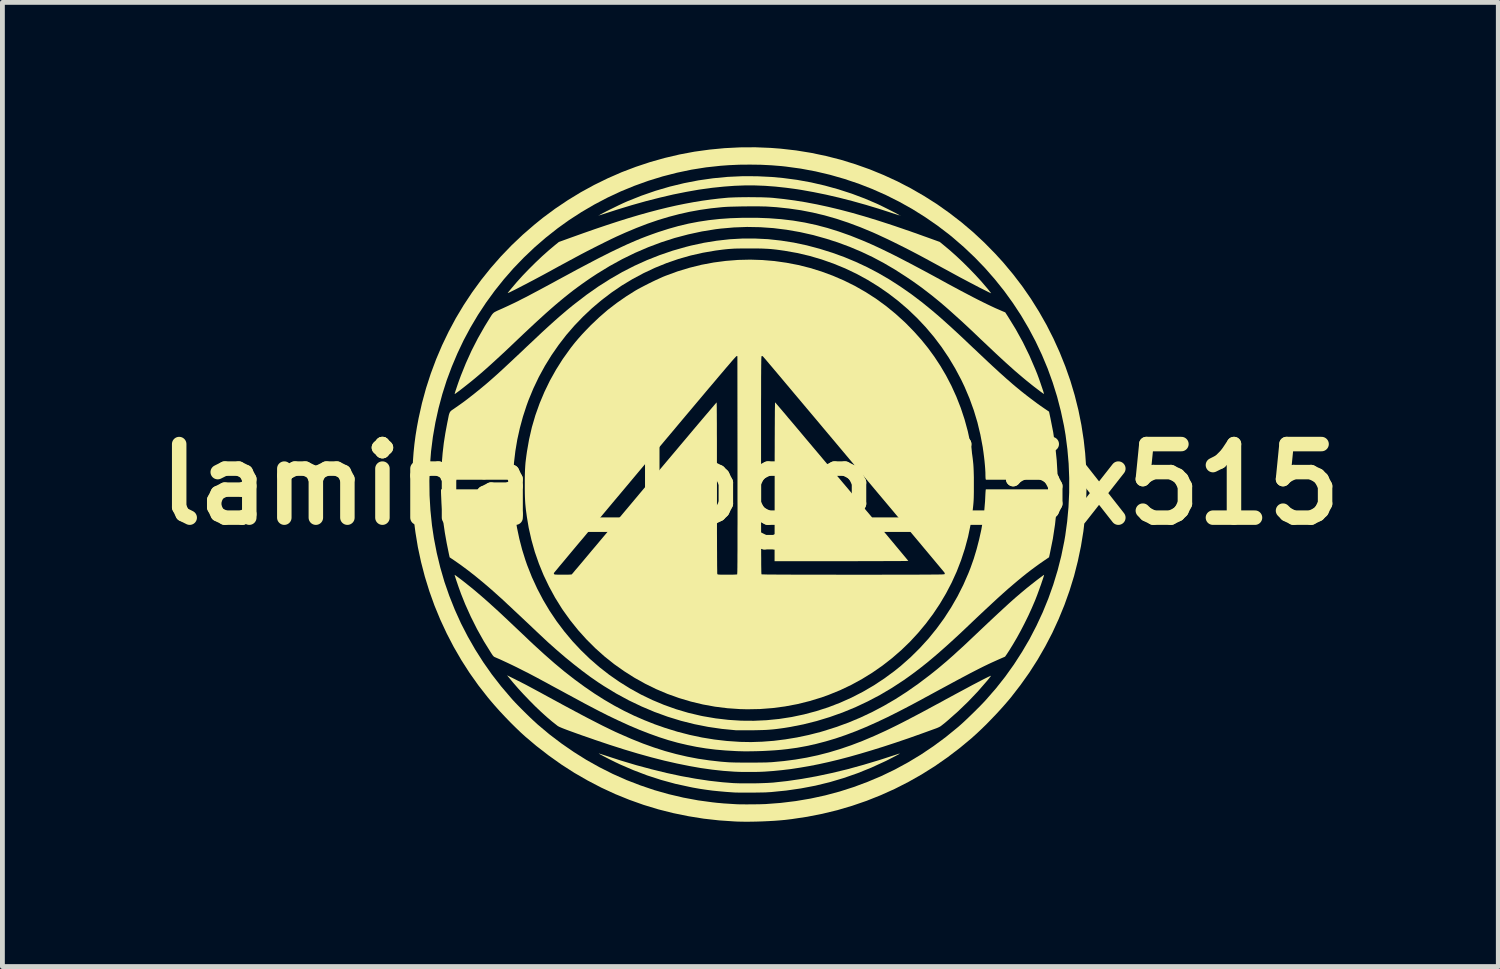
<source format=kicad_pcb>
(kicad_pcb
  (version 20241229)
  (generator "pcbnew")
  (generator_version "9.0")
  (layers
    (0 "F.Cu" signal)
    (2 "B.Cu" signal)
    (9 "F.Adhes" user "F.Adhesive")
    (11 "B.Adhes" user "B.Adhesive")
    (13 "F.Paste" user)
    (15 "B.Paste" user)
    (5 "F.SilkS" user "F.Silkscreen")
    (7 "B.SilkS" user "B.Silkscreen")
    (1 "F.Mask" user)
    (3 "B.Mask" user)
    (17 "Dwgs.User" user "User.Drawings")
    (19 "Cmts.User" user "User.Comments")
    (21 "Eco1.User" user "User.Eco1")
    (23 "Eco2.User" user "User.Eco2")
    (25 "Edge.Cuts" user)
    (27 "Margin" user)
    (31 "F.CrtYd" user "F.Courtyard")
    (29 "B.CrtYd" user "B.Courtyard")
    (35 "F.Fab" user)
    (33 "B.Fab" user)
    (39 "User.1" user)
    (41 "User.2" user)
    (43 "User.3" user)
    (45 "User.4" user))
  (footprint "laminar_logo_15x515"
    (layer "F.Cu")
    (at 12.49 6.981)
    (property "Reference" "laminar_logo_15x515" (at 0 0 0) (layer "F.SilkS") (effects (font (size 1.524 1.524) (thickness 0.3))))
    (attr board_only exclude_from_pos_files exclude_from_bom)
    (fp_poly (pts (xy -3.145 -5.564) (xy -3.148 -5.56) (xy -3.152 -5.564) (xy -3.148 -5.568)) (stroke (width 0) (type solid)) (fill yes) (layer "F.SilkS"))
    (fp_poly (pts (xy 3.108 -5.564) (xy 3.104 -5.56) (xy 3.1 -5.564) (xy 3.104 -5.568)) (stroke (width 0) (type solid)) (fill yes) (layer "F.SilkS"))
    (fp_poly (pts (xy 0.518 -1.692) (xy 0.532 -1.676) (xy 0.555 -1.649) (xy 0.586 -1.613) (xy 0.624 -1.568) (xy 0.67 -1.514) (xy 0.723 -1.452) (xy 0.781 -1.382) (xy 0.846 -1.306) (xy 0.916 -1.223) (xy 0.991 -1.134) (xy 1.07 -1.04) (xy 1.153 -0.941) (xy 1.24 -0.838) (xy 1.33 -0.731) (xy 1.423 -0.621) (xy 1.517 -0.509) (xy 1.614 -0.394) (xy 1.712 -0.277) (xy 1.81 -0.16) (xy 1.909 -0.042) (xy 2.008 0.075) (xy 2.107 0.193) (xy 2.204 0.309) (xy 2.3 0.423) (xy 2.394 0.535) (xy 2.486 0.644) (xy 2.575 0.75) (xy 2.66 0.853) (xy 2.742 0.95) (xy 2.82 1.043) (xy 2.893 1.131) (xy 2.961 1.212) (xy 3.023 1.287) (xy 3.08 1.355) (xy 3.13 1.415) (xy 3.173 1.467) (xy 3.209 1.51) (xy 3.237 1.544) (xy 3.257 1.568) (xy 3.268 1.582) (xy 3.27 1.585) (xy 3.263 1.585) (xy 3.241 1.586) (xy 3.207 1.587) (xy 3.16 1.587) (xy 3.101 1.588) (xy 3.031 1.588) (xy 2.95 1.589) (xy 2.86 1.589) (xy 2.761 1.589) (xy 2.653 1.59) (xy 2.538 1.59) (xy 2.416 1.59) (xy 2.289 1.59) (xy 2.155 1.591) (xy 2.017 1.591) (xy 1.885 1.591) (xy 0.501 1.591) (xy 0.503 -0.053) (xy 0.503 -0.253) (xy 0.503 -0.438) (xy 0.503 -0.609) (xy 0.504 -0.766) (xy 0.504 -0.91) (xy 0.505 -1.04) (xy 0.505 -1.158) (xy 0.506 -1.263) (xy 0.506 -1.356) (xy 0.507 -1.437) (xy 0.507 -1.507) (xy 0.508 -1.565) (xy 0.509 -1.612) (xy 0.51 -1.649) (xy 0.51 -1.675) (xy 0.511 -1.691) (xy 0.512 -1.697) (xy 0.513 -1.698)) (stroke (width 0) (type solid)) (fill yes) (layer "F.SilkS"))
    (fp_poly (pts (xy 0.139 -6.381) (xy 0.445 -6.366) (xy 0.681 -6.344) (xy 0.968 -6.306) (xy 1.255 -6.254) (xy 1.541 -6.188) (xy 1.823 -6.11) (xy 2.101 -6.02) (xy 2.372 -5.918) (xy 2.606 -5.818) (xy 2.648 -5.799) (xy 2.695 -5.777) (xy 2.745 -5.752) (xy 2.797 -5.726) (xy 2.85 -5.7) (xy 2.901 -5.674) (xy 2.95 -5.649) (xy 2.993 -5.627) (xy 3.031 -5.607) (xy 3.061 -5.59) (xy 3.081 -5.578) (xy 3.091 -5.571) (xy 3.091 -5.57) (xy 3.084 -5.572) (xy 3.064 -5.577) (xy 3.036 -5.586) (xy 3 -5.598) (xy 2.958 -5.611) (xy 2.956 -5.612) (xy 2.672 -5.704) (xy 2.391 -5.789) (xy 2.112 -5.867) (xy 1.839 -5.937) (xy 1.572 -5.999) (xy 1.312 -6.052) (xy 1.062 -6.097) (xy 0.968 -6.112) (xy 0.738 -6.143) (xy 0.516 -6.167) (xy 0.301 -6.183) (xy 0.091 -6.191) (xy -0.119 -6.191) (xy -0.33 -6.183) (xy -0.546 -6.167) (xy -0.77 -6.144) (xy -0.821 -6.138) (xy -1.07 -6.103) (xy -1.33 -6.057) (xy -1.599 -6.003) (xy -1.877 -5.938) (xy -2.163 -5.865) (xy -2.458 -5.782) (xy -2.759 -5.69) (xy -2.938 -5.632) (xy -2.988 -5.616) (xy -3.033 -5.601) (xy -3.072 -5.589) (xy -3.102 -5.579) (xy -3.122 -5.572) (xy -3.13 -5.57) (xy -3.131 -5.571) (xy -3.122 -5.579) (xy -3.111 -5.586) (xy -3.092 -5.597) (xy -3.06 -5.614) (xy -3.02 -5.635) (xy -2.972 -5.66) (xy -2.918 -5.687) (xy -2.86 -5.715) (xy -2.801 -5.744) (xy -2.742 -5.773) (xy -2.685 -5.8) (xy -2.632 -5.825) (xy -2.585 -5.846) (xy -2.546 -5.863) (xy -2.544 -5.864) (xy -2.255 -5.979) (xy -1.964 -6.08) (xy -1.67 -6.166) (xy -1.373 -6.238) (xy -1.074 -6.296) (xy -0.773 -6.339) (xy -0.47 -6.368) (xy -0.166 -6.382)) (stroke (width 0) (type solid)) (fill yes) (layer "F.SilkS"))
    (fp_poly (pts (xy 3.096 5.574) (xy 3.086 5.581) (xy 3.064 5.594) (xy 3.033 5.611) (xy 2.995 5.631) (xy 2.951 5.654) (xy 2.904 5.678) (xy 2.856 5.703) (xy 2.808 5.727) (xy 2.78 5.74) (xy 2.501 5.868) (xy 2.218 5.982) (xy 1.931 6.082) (xy 1.64 6.168) (xy 1.345 6.24) (xy 1.045 6.297) (xy 0.741 6.341) (xy 0.431 6.372) (xy 0.346 6.377) (xy 0.314 6.379) (xy 0.269 6.38) (xy 0.215 6.381) (xy 0.154 6.382) (xy 0.087 6.383) (xy 0.018 6.383) (xy -0.052 6.384) (xy -0.12 6.384) (xy -0.184 6.383) (xy -0.241 6.383) (xy -0.289 6.382) (xy -0.327 6.381) (xy -0.342 6.38) (xy -0.5 6.369) (xy -0.646 6.356) (xy -0.785 6.342) (xy -0.919 6.324) (xy -1.053 6.304) (xy -1.189 6.28) (xy -1.257 6.266) (xy -1.555 6.201) (xy -1.848 6.121) (xy -2.138 6.027) (xy -2.424 5.918) (xy -2.707 5.796) (xy -2.752 5.774) (xy -2.791 5.756) (xy -2.835 5.734) (xy -2.882 5.711) (xy -2.93 5.687) (xy -2.978 5.662) (xy -3.023 5.639) (xy -3.064 5.617) (xy -3.098 5.599) (xy -3.123 5.585) (xy -3.138 5.576) (xy -3.141 5.574) (xy -3.136 5.574) (xy -3.12 5.578) (xy -3.094 5.586) (xy -3.061 5.597) (xy -3.026 5.608) (xy -2.691 5.717) (xy -2.364 5.815) (xy -2.044 5.901) (xy -1.734 5.977) (xy -1.431 6.042) (xy -1.138 6.095) (xy -0.854 6.138) (xy -0.578 6.169) (xy -0.348 6.187) (xy -0.291 6.189) (xy -0.223 6.191) (xy -0.145 6.192) (xy -0.062 6.192) (xy 0.025 6.192) (xy 0.114 6.191) (xy 0.2 6.189) (xy 0.282 6.186) (xy 0.357 6.183) (xy 0.422 6.179) (xy 0.47 6.176) (xy 0.762 6.144) (xy 1.063 6.1) (xy 1.37 6.045) (xy 1.685 5.978) (xy 2.008 5.9) (xy 2.339 5.809) (xy 2.679 5.707) (xy 2.971 5.612) (xy 3.012 5.599) (xy 3.047 5.587) (xy 3.074 5.579) (xy 3.091 5.575) (xy 3.096 5.574)) (stroke (width 0) (type solid)) (fill yes) (layer "F.SilkS"))
    (fp_poly (pts (xy -4.874 4.036) (xy -4.833 4.057) (xy -4.793 4.077) (xy -4.755 4.096) (xy -4.717 4.116) (xy -4.677 4.136) (xy -4.635 4.158) (xy -4.59 4.182) (xy -4.54 4.209) (xy -4.484 4.239) (xy -4.421 4.273) (xy -4.35 4.311) (xy -4.27 4.355) (xy -4.18 4.404) (xy -4.077 4.46) (xy -4.058 4.47) (xy -3.897 4.558) (xy -3.748 4.638) (xy -3.61 4.712) (xy -3.482 4.78) (xy -3.364 4.842) (xy -3.253 4.899) (xy -3.15 4.952) (xy -3.054 5.001) (xy -2.963 5.045) (xy -2.877 5.087) (xy -2.795 5.126) (xy -2.715 5.162) (xy -2.706 5.166) (xy -2.463 5.272) (xy -2.226 5.367) (xy -1.994 5.45) (xy -1.766 5.523) (xy -1.539 5.585) (xy -1.311 5.638) (xy -1.082 5.682) (xy -0.85 5.716) (xy -0.612 5.743) (xy -0.486 5.753) (xy -0.441 5.756) (xy -0.384 5.758) (xy -0.317 5.76) (xy -0.241 5.761) (xy -0.16 5.762) (xy -0.075 5.762) (xy 0.011 5.762) (xy 0.096 5.762) (xy 0.179 5.761) (xy 0.256 5.76) (xy 0.326 5.759) (xy 0.386 5.756) (xy 0.435 5.754) (xy 0.449 5.753) (xy 0.694 5.73) (xy 0.932 5.699) (xy 1.166 5.659) (xy 1.396 5.61) (xy 1.626 5.551) (xy 1.855 5.482) (xy 2.087 5.403) (xy 2.322 5.313) (xy 2.563 5.211) (xy 2.731 5.135) (xy 2.809 5.099) (xy 2.888 5.061) (xy 2.97 5.021) (xy 3.055 4.979) (xy 3.144 4.934) (xy 3.239 4.885) (xy 3.34 4.832) (xy 3.449 4.775) (xy 3.566 4.713) (xy 3.692 4.645) (xy 3.829 4.571) (xy 3.978 4.491) (xy 4.026 4.464) (xy 4.159 4.392) (xy 4.283 4.325) (xy 4.399 4.263) (xy 4.505 4.206) (xy 4.601 4.154) (xy 4.688 4.109) (xy 4.764 4.069) (xy 4.83 4.035) (xy 4.884 4.008) (xy 4.927 3.987) (xy 4.958 3.973) (xy 4.977 3.965) (xy 4.983 3.964) (xy 4.979 3.971) (xy 4.968 3.986) (xy 4.95 4.009) (xy 4.927 4.038) (xy 4.904 4.066) (xy 4.711 4.288) (xy 4.508 4.501) (xy 4.297 4.704) (xy 4.081 4.895) (xy 4.023 4.944) (xy 3.986 4.973) (xy 3.958 4.995) (xy 3.935 5.012) (xy 3.913 5.024) (xy 3.89 5.035) (xy 3.862 5.047) (xy 3.835 5.057) (xy 3.548 5.161) (xy 3.272 5.259) (xy 3.007 5.349) (xy 2.754 5.432) (xy 2.51 5.508) (xy 2.275 5.578) (xy 2.049 5.642) (xy 1.832 5.699) (xy 1.621 5.75) (xy 1.417 5.795) (xy 1.219 5.834) (xy 1.026 5.867) (xy 0.838 5.896) (xy 0.653 5.918) (xy 0.472 5.936) (xy 0.293 5.949) (xy 0.272 5.95) (xy 0.204 5.953) (xy 0.124 5.955) (xy 0.038 5.956) (xy -0.052 5.956) (xy -0.142 5.956) (xy -0.227 5.954) (xy -0.303 5.951) (xy -0.342 5.949) (xy -0.562 5.933) (xy -0.79 5.908) (xy -1.025 5.875) (xy -1.268 5.832) (xy -1.52 5.781) (xy -1.78 5.722) (xy -2.05 5.653) (xy -2.33 5.575) (xy -2.62 5.488) (xy -2.92 5.392) (xy -3.232 5.287) (xy -3.253 5.279) (xy -3.374 5.237) (xy -3.482 5.2) (xy -3.577 5.166) (xy -3.66 5.136) (xy -3.732 5.11) (xy -3.794 5.087) (xy -3.847 5.067) (xy -3.89 5.05) (xy -3.926 5.035) (xy -3.954 5.023) (xy -3.975 5.012) (xy -3.991 5.003) (xy -3.997 4.998) (xy -4.105 4.913) (xy -4.218 4.817) (xy -4.335 4.711) (xy -4.454 4.598) (xy -4.573 4.478) (xy -4.691 4.355) (xy -4.807 4.229) (xy -4.917 4.102) (xy -4.992 4.011) (xy -5.039 3.954)) (stroke (width 0) (type solid)) (fill yes) (layer "F.SilkS"))
    (fp_poly (pts (xy -4.91 0.23) (xy -4.896 0.449) (xy -4.87 0.674) (xy -4.833 0.9) (xy -4.785 1.127) (xy -4.727 1.351) (xy -4.659 1.569) (xy -4.623 1.672) (xy -4.525 1.92) (xy -4.414 2.161) (xy -4.291 2.395) (xy -4.157 2.62) (xy -4.011 2.837) (xy -3.854 3.045) (xy -3.687 3.245) (xy -3.51 3.434) (xy -3.324 3.614) (xy -3.128 3.784) (xy -2.924 3.943) (xy -2.711 4.091) (xy -2.491 4.228) (xy -2.263 4.354) (xy -2.028 4.467) (xy -1.786 4.568) (xy -1.539 4.656) (xy -1.286 4.731) (xy -1.027 4.792) (xy -0.983 4.801) (xy -0.719 4.846) (xy -0.455 4.877) (xy -0.19 4.894) (xy 0.073 4.896) (xy 0.336 4.884) (xy 0.597 4.858) (xy 0.855 4.818) (xy 1.111 4.764) (xy 1.363 4.697) (xy 1.612 4.617) (xy 1.856 4.523) (xy 2.095 4.416) (xy 2.329 4.296) (xy 2.557 4.163) (xy 2.778 4.017) (xy 2.992 3.859) (xy 3.116 3.759) (xy 3.317 3.581) (xy 3.507 3.393) (xy 3.687 3.196) (xy 3.855 2.989) (xy 4.012 2.774) (xy 4.157 2.55) (xy 4.29 2.319) (xy 4.41 2.081) (xy 4.517 1.836) (xy 4.559 1.729) (xy 4.626 1.54) (xy 4.685 1.344) (xy 4.737 1.143) (xy 4.782 0.941) (xy 4.817 0.739) (xy 4.844 0.541) (xy 4.86 0.35) (xy 4.864 0.265) (xy 4.866 0.224) (xy 4.868 0.186) (xy 4.87 0.154) (xy 4.872 0.133) (xy 4.872 0.127) (xy 4.876 0.103) (xy 6.365 0.103) (xy 6.36 0.234) (xy 6.341 0.532) (xy 6.309 0.831) (xy 6.264 1.127) (xy 6.205 1.419) (xy 6.197 1.456) (xy 6.185 1.51) (xy 6.08 1.581) (xy 5.992 1.642) (xy 5.905 1.705) (xy 5.817 1.77) (xy 5.727 1.839) (xy 5.636 1.912) (xy 5.541 1.99) (xy 5.443 2.073) (xy 5.34 2.161) (xy 5.232 2.257) (xy 5.118 2.36) (xy 4.997 2.472) (xy 4.868 2.592) (xy 4.73 2.721) (xy 4.61 2.835) (xy 4.464 2.974) (xy 4.328 3.102) (xy 4.199 3.221) (xy 4.078 3.331) (xy 3.962 3.434) (xy 3.853 3.529) (xy 3.747 3.619) (xy 3.645 3.703) (xy 3.546 3.782) (xy 3.448 3.857) (xy 3.351 3.93) (xy 3.254 4) (xy 3.17 4.059) (xy 2.93 4.216) (xy 2.683 4.362) (xy 2.43 4.495) (xy 2.171 4.617) (xy 1.908 4.725) (xy 1.64 4.82) (xy 1.37 4.902) (xy 1.099 4.97) (xy 0.826 5.024) (xy 0.703 5.044) (xy 0.618 5.056) (xy 0.541 5.066) (xy 0.469 5.074) (xy 0.398 5.08) (xy 0.326 5.085) (xy 0.251 5.088) (xy 0.168 5.09) (xy 0.074 5.092) (xy 0.026 5.092) (xy -0.04 5.093) (xy -0.102 5.093) (xy -0.159 5.093) (xy -0.21 5.093) (xy -0.251 5.093) (xy -0.282 5.092) (xy -0.3 5.092) (xy -0.302 5.092) (xy -0.591 5.064) (xy -0.877 5.022) (xy -1.16 4.966) (xy -1.439 4.896) (xy -1.715 4.811) (xy -1.987 4.712) (xy -2.254 4.599) (xy -2.518 4.473) (xy -2.778 4.332) (xy -3.033 4.177) (xy -3.148 4.102) (xy -3.313 3.988) (xy -3.483 3.862) (xy -3.657 3.726) (xy -3.835 3.581) (xy -4.013 3.428) (xy -4.192 3.269) (xy -4.352 3.119) (xy -4.43 3.046) (xy -4.509 2.971) (xy -4.588 2.896) (xy -4.667 2.822) (xy -4.745 2.748) (xy -4.82 2.678) (xy -4.892 2.611) (xy -4.958 2.548) (xy -5.02 2.491) (xy -5.074 2.44) (xy -5.121 2.396) (xy -5.159 2.361) (xy -5.182 2.341) (xy -5.356 2.185) (xy -5.525 2.04) (xy -5.689 1.905) (xy -5.846 1.782) (xy -5.998 1.669) (xy -6.13 1.577) (xy -6.228 1.511) (xy -6.241 1.453) (xy -6.288 1.223) (xy -6.327 1.003) (xy -6.358 0.79) (xy -6.381 0.582) (xy -6.385 0.534) (xy -6.388 0.492) (xy -6.391 0.443) (xy -6.395 0.389) (xy -6.398 0.333) (xy -6.401 0.278) (xy -6.404 0.228) (xy -6.406 0.185) (xy -6.407 0.152) (xy -6.407 0.138) (xy -6.407 0.103) (xy -4.914 0.103)) (stroke (width 0) (type solid)) (fill yes) (layer "F.SilkS"))
    (fp_poly (pts (xy 0.057 -5.947) (xy 0.148 -5.946) (xy 0.236 -5.945) (xy 0.317 -5.942) (xy 0.389 -5.939) (xy 0.449 -5.935) (xy 0.471 -5.933) (xy 0.695 -5.909) (xy 0.92 -5.879) (xy 1.147 -5.842) (xy 1.378 -5.798) (xy 1.614 -5.747) (xy 1.856 -5.689) (xy 2.106 -5.623) (xy 2.364 -5.549) (xy 2.632 -5.467) (xy 2.861 -5.393) (xy 2.924 -5.372) (xy 2.994 -5.349) (xy 3.069 -5.323) (xy 3.146 -5.297) (xy 3.223 -5.27) (xy 3.298 -5.245) (xy 3.367 -5.22) (xy 3.429 -5.199) (xy 3.481 -5.18) (xy 3.505 -5.171) (xy 3.523 -5.165) (xy 3.553 -5.154) (xy 3.591 -5.14) (xy 3.637 -5.124) (xy 3.687 -5.106) (xy 3.734 -5.089) (xy 3.922 -5.021) (xy 3.995 -4.961) (xy 4.127 -4.851) (xy 4.262 -4.731) (xy 4.398 -4.603) (xy 4.531 -4.471) (xy 4.66 -4.337) (xy 4.782 -4.204) (xy 4.893 -4.074) (xy 4.912 -4.052) (xy 4.937 -4.021) (xy 4.958 -3.994) (xy 4.975 -3.973) (xy 4.984 -3.961) (xy 4.986 -3.958) (xy 4.979 -3.96) (xy 4.961 -3.968) (xy 4.933 -3.981) (xy 4.895 -4) (xy 4.85 -4.023) (xy 4.798 -4.049) (xy 4.74 -4.078) (xy 4.679 -4.11) (xy 4.615 -4.144) (xy 4.549 -4.178) (xy 4.483 -4.213) (xy 4.419 -4.247) (xy 4.356 -4.28) (xy 4.301 -4.31) (xy 4.196 -4.367) (xy 4.096 -4.422) (xy 4.001 -4.473) (xy 3.913 -4.521) (xy 3.832 -4.565) (xy 3.758 -4.605) (xy 3.694 -4.64) (xy 3.639 -4.67) (xy 3.594 -4.694) (xy 3.561 -4.712) (xy 3.54 -4.723) (xy 3.539 -4.724) (xy 3.433 -4.78) (xy 3.32 -4.839) (xy 3.203 -4.899) (xy 3.083 -4.959) (xy 2.964 -5.018) (xy 2.847 -5.075) (xy 2.735 -5.127) (xy 2.632 -5.175) (xy 2.538 -5.217) (xy 2.534 -5.219) (xy 2.279 -5.325) (xy 2.028 -5.419) (xy 1.781 -5.501) (xy 1.536 -5.571) (xy 1.292 -5.629) (xy 1.046 -5.677) (xy 0.797 -5.713) (xy 0.544 -5.74) (xy 0.367 -5.752) (xy 0.312 -5.755) (xy 0.245 -5.756) (xy 0.169 -5.758) (xy 0.086 -5.758) (xy -0.002 -5.758) (xy -0.092 -5.757) (xy -0.182 -5.756) (xy -0.27 -5.754) (xy -0.354 -5.752) (xy -0.432 -5.75) (xy -0.5 -5.747) (xy -0.557 -5.743) (xy -0.585 -5.741) (xy -0.815 -5.717) (xy -1.039 -5.685) (xy -1.26 -5.645) (xy -1.478 -5.596) (xy -1.695 -5.539) (xy -1.913 -5.473) (xy -2.134 -5.397) (xy -2.36 -5.31) (xy -2.591 -5.213) (xy -2.776 -5.13) (xy -2.822 -5.108) (xy -2.879 -5.081) (xy -2.944 -5.049) (xy -3.016 -5.014) (xy -3.091 -4.976) (xy -3.168 -4.938) (xy -3.245 -4.899) (xy -3.319 -4.861) (xy -3.388 -4.826) (xy -3.449 -4.794) (xy -3.476 -4.78) (xy -3.514 -4.76) (xy -3.56 -4.735) (xy -3.613 -4.707) (xy -3.671 -4.675) (xy -3.732 -4.643) (xy -3.794 -4.609) (xy -3.855 -4.576) (xy -3.913 -4.545) (xy -3.967 -4.516) (xy -4.014 -4.49) (xy -4.052 -4.469) (xy -4.08 -4.454) (xy -4.087 -4.45) (xy -4.146 -4.417) (xy -4.211 -4.382) (xy -4.279 -4.345) (xy -4.35 -4.307) (xy -4.423 -4.268) (xy -4.496 -4.229) (xy -4.569 -4.191) (xy -4.64 -4.153) (xy -4.709 -4.118) (xy -4.774 -4.084) (xy -4.834 -4.053) (xy -4.887 -4.026) (xy -4.934 -4.003) (xy -4.972 -3.984) (xy -5.001 -3.971) (xy -5.02 -3.963) (xy -5.026 -3.961) (xy -5.026 -3.962) (xy -5.02 -3.971) (xy -5.006 -3.989) (xy -4.986 -4.013) (xy -4.962 -4.043) (xy -4.95 -4.057) (xy -4.838 -4.189) (xy -4.716 -4.324) (xy -4.585 -4.46) (xy -4.45 -4.594) (xy -4.313 -4.724) (xy -4.176 -4.846) (xy -4.043 -4.958) (xy -4.039 -4.961) (xy -3.966 -5.02) (xy -3.726 -5.107) (xy -3.463 -5.201) (xy -3.212 -5.289) (xy -2.972 -5.37) (xy -2.743 -5.445) (xy -2.523 -5.514) (xy -2.311 -5.577) (xy -2.108 -5.634) (xy -1.911 -5.686) (xy -1.72 -5.733) (xy -1.535 -5.775) (xy -1.353 -5.812) (xy -1.175 -5.845) (xy -0.999 -5.874) (xy -0.825 -5.898) (xy -0.652 -5.919) (xy -0.508 -5.933) (xy -0.452 -5.938) (xy -0.384 -5.941) (xy -0.306 -5.944) (xy -0.221 -5.946) (xy -0.13 -5.947) (xy -0.037 -5.948)) (stroke (width 0) (type solid)) (fill yes) (layer "F.SilkS"))
    (fp_poly (pts (xy 0.366 -5.078) (xy 0.632 -5.049) (xy 0.899 -5.007) (xy 1.168 -4.95) (xy 1.438 -4.878) (xy 1.705 -4.794) (xy 1.947 -4.706) (xy 2.185 -4.607) (xy 2.418 -4.498) (xy 2.647 -4.378) (xy 2.874 -4.246) (xy 3.1 -4.101) (xy 3.326 -3.944) (xy 3.552 -3.773) (xy 3.745 -3.616) (xy 3.808 -3.563) (xy 3.87 -3.51) (xy 3.935 -3.454) (xy 4.001 -3.395) (xy 4.071 -3.332) (xy 4.146 -3.265) (xy 4.226 -3.191) (xy 4.313 -3.111) (xy 4.407 -3.023) (xy 4.509 -2.926) (xy 4.621 -2.82) (xy 4.629 -2.813) (xy 4.739 -2.709) (xy 4.84 -2.614) (xy 4.932 -2.527) (xy 5.017 -2.448) (xy 5.096 -2.376) (xy 5.168 -2.309) (xy 5.237 -2.248) (xy 5.301 -2.19) (xy 5.364 -2.136) (xy 5.424 -2.083) (xy 5.484 -2.032) (xy 5.545 -1.982) (xy 5.604 -1.933) (xy 5.662 -1.887) (xy 5.726 -1.837) (xy 5.795 -1.784) (xy 5.866 -1.731) (xy 5.935 -1.679) (xy 6.001 -1.632) (xy 6.06 -1.591) (xy 6.092 -1.569) (xy 6.185 -1.506) (xy 6.214 -1.37) (xy 6.271 -1.08) (xy 6.314 -0.79) (xy 6.344 -0.498) (xy 6.36 -0.23) (xy 6.365 -0.096) (xy 4.877 -0.096) (xy 4.873 -0.112) (xy 4.87 -0.127) (xy 4.869 -0.152) (xy 4.868 -0.183) (xy 4.868 -0.192) (xy 4.867 -0.25) (xy 4.863 -0.32) (xy 4.857 -0.398) (xy 4.849 -0.482) (xy 4.839 -0.569) (xy 4.828 -0.656) (xy 4.816 -0.739) (xy 4.812 -0.77) (xy 4.763 -1.03) (xy 4.702 -1.284) (xy 4.627 -1.533) (xy 4.538 -1.779) (xy 4.435 -2.022) (xy 4.367 -2.165) (xy 4.242 -2.4) (xy 4.106 -2.627) (xy 3.959 -2.845) (xy 3.801 -3.054) (xy 3.632 -3.254) (xy 3.453 -3.444) (xy 3.265 -3.624) (xy 3.068 -3.793) (xy 2.862 -3.952) (xy 2.649 -4.099) (xy 2.428 -4.235) (xy 2.199 -4.36) (xy 1.964 -4.472) (xy 1.723 -4.571) (xy 1.476 -4.658) (xy 1.224 -4.732) (xy 0.968 -4.792) (xy 0.707 -4.838) (xy 0.685 -4.841) (xy 0.609 -4.852) (xy 0.541 -4.861) (xy 0.478 -4.868) (xy 0.418 -4.874) (xy 0.359 -4.878) (xy 0.297 -4.881) (xy 0.23 -4.884) (xy 0.156 -4.885) (xy 0.073 -4.886) (xy -0.018 -4.886) (xy -0.113 -4.886) (xy -0.196 -4.885) (xy -0.269 -4.884) (xy -0.335 -4.882) (xy -0.396 -4.878) (xy -0.455 -4.874) (xy -0.515 -4.868) (xy -0.578 -4.861) (xy -0.646 -4.852) (xy -0.722 -4.842) (xy -0.983 -4.797) (xy -1.239 -4.739) (xy -1.491 -4.667) (xy -1.737 -4.582) (xy -1.978 -4.484) (xy -2.212 -4.374) (xy -2.44 -4.252) (xy -2.661 -4.119) (xy -2.874 -3.974) (xy -3.079 -3.818) (xy -3.276 -3.652) (xy -3.464 -3.475) (xy -3.643 -3.289) (xy -3.812 -3.094) (xy -3.97 -2.889) (xy -4.118 -2.676) (xy -4.255 -2.454) (xy -4.381 -2.224) (xy -4.494 -1.987) (xy -4.595 -1.743) (xy -4.635 -1.633) (xy -4.71 -1.403) (xy -4.774 -1.167) (xy -4.827 -0.929) (xy -4.867 -0.69) (xy -4.895 -0.454) (xy -4.91 -0.223) (xy -4.914 -0.096) (xy -6.409 -0.096) (xy -6.404 -0.212) (xy -6.391 -0.436) (xy -6.373 -0.65) (xy -6.349 -0.857) (xy -6.317 -1.061) (xy -6.279 -1.265) (xy -6.278 -1.27) (xy -6.265 -1.333) (xy -6.255 -1.384) (xy -6.247 -1.424) (xy -6.239 -1.455) (xy -6.23 -1.479) (xy -6.221 -1.498) (xy -6.209 -1.513) (xy -6.195 -1.527) (xy -6.176 -1.541) (xy -6.152 -1.557) (xy -6.123 -1.577) (xy -6.119 -1.58) (xy -6.047 -1.63) (xy -5.982 -1.676) (xy -5.92 -1.721) (xy -5.859 -1.767) (xy -5.794 -1.818) (xy -5.722 -1.874) (xy -5.709 -1.885) (xy -5.652 -1.931) (xy -5.596 -1.976) (xy -5.542 -2.021) (xy -5.487 -2.066) (xy -5.432 -2.113) (xy -5.375 -2.163) (xy -5.316 -2.215) (xy -5.253 -2.271) (xy -5.186 -2.332) (xy -5.114 -2.398) (xy -5.036 -2.471) (xy -4.951 -2.55) (xy -4.858 -2.638) (xy -4.756 -2.733) (xy -4.645 -2.839) (xy -4.629 -2.854) (xy -4.517 -2.959) (xy -4.416 -3.054) (xy -4.323 -3.142) (xy -4.237 -3.221) (xy -4.157 -3.294) (xy -4.082 -3.362) (xy -4.012 -3.424) (xy -3.945 -3.483) (xy -3.879 -3.539) (xy -3.815 -3.594) (xy -3.751 -3.647) (xy -3.685 -3.701) (xy -3.638 -3.738) (xy -3.396 -3.924) (xy -3.151 -4.096) (xy -2.904 -4.253) (xy -2.654 -4.397) (xy -2.4 -4.527) (xy -2.141 -4.644) (xy -1.878 -4.748) (xy -1.609 -4.84) (xy -1.335 -4.918) (xy -1.23 -4.945) (xy -0.962 -5.003) (xy -0.696 -5.046) (xy -0.43 -5.076) (xy -0.165 -5.091) (xy 0.1 -5.091)) (stroke (width 0) (type solid)) (fill yes) (layer "F.SilkS"))
    (fp_poly (pts (xy 0.132 -5.521) (xy 0.389 -5.511) (xy 0.639 -5.492) (xy 0.883 -5.463) (xy 1.123 -5.423) (xy 1.359 -5.372) (xy 1.595 -5.31) (xy 1.832 -5.236) (xy 2.072 -5.151) (xy 2.317 -5.053) (xy 2.338 -5.044) (xy 2.432 -5.004) (xy 2.527 -4.962) (xy 2.625 -4.917) (xy 2.727 -4.869) (xy 2.832 -4.818) (xy 2.944 -4.763) (xy 3.061 -4.704) (xy 3.186 -4.639) (xy 3.319 -4.57) (xy 3.462 -4.494) (xy 3.614 -4.413) (xy 3.777 -4.325) (xy 3.922 -4.246) (xy 4.08 -4.159) (xy 4.227 -4.08) (xy 4.363 -4.007) (xy 4.489 -3.941) (xy 4.605 -3.88) (xy 4.712 -3.825) (xy 4.812 -3.775) (xy 4.904 -3.73) (xy 4.99 -3.689) (xy 5.071 -3.651) (xy 5.147 -3.618) (xy 5.211 -3.59) (xy 5.278 -3.562) (xy 5.333 -3.477) (xy 5.494 -3.215) (xy 5.643 -2.945) (xy 5.778 -2.669) (xy 5.9 -2.386) (xy 5.94 -2.287) (xy 5.954 -2.249) (xy 5.97 -2.206) (xy 5.987 -2.158) (xy 6.004 -2.109) (xy 6.021 -2.059) (xy 6.037 -2.012) (xy 6.052 -1.968) (xy 6.064 -1.931) (xy 6.073 -1.901) (xy 6.079 -1.881) (xy 6.08 -1.873) (xy 6.08 -1.873) (xy 6.073 -1.876) (xy 6.056 -1.887) (xy 6.031 -1.905) (xy 5.998 -1.929) (xy 5.96 -1.958) (xy 5.917 -1.991) (xy 5.871 -2.026) (xy 5.824 -2.063) (xy 5.79 -2.091) (xy 5.715 -2.151) (xy 5.638 -2.215) (xy 5.558 -2.283) (xy 5.474 -2.355) (xy 5.387 -2.433) (xy 5.293 -2.517) (xy 5.194 -2.608) (xy 5.087 -2.707) (xy 4.973 -2.815) (xy 4.85 -2.931) (xy 4.768 -3.008) (xy 4.626 -3.144) (xy 4.493 -3.269) (xy 4.368 -3.385) (xy 4.249 -3.492) (xy 4.138 -3.592) (xy 4.031 -3.686) (xy 3.929 -3.773) (xy 3.829 -3.855) (xy 3.733 -3.932) (xy 3.637 -4.006) (xy 3.543 -4.078) (xy 3.447 -4.147) (xy 3.351 -4.215) (xy 3.251 -4.282) (xy 3.229 -4.297) (xy 2.996 -4.447) (xy 2.764 -4.583) (xy 2.531 -4.707) (xy 2.296 -4.818) (xy 2.057 -4.919) (xy 1.812 -5.01) (xy 1.579 -5.085) (xy 1.301 -5.163) (xy 1.025 -5.225) (xy 0.75 -5.273) (xy 0.476 -5.307) (xy 0.203 -5.326) (xy -0.069 -5.331) (xy -0.342 -5.321) (xy -0.614 -5.297) (xy -0.721 -5.284) (xy -1.004 -5.238) (xy -1.286 -5.177) (xy -1.566 -5.103) (xy -1.843 -5.014) (xy -2.117 -4.911) (xy -2.387 -4.795) (xy -2.653 -4.665) (xy -2.915 -4.521) (xy -3.172 -4.364) (xy -3.309 -4.274) (xy -3.402 -4.21) (xy -3.493 -4.146) (xy -3.581 -4.082) (xy -3.67 -4.016) (xy -3.758 -3.947) (xy -3.847 -3.876) (xy -3.939 -3.8) (xy -4.034 -3.72) (xy -4.132 -3.635) (xy -4.235 -3.544) (xy -4.344 -3.445) (xy -4.46 -3.339) (xy -4.583 -3.224) (xy -4.714 -3.101) (xy -4.831 -2.99) (xy -4.956 -2.871) (xy -5.072 -2.761) (xy -5.18 -2.661) (xy -5.28 -2.569) (xy -5.373 -2.484) (xy -5.461 -2.405) (xy -5.544 -2.332) (xy -5.623 -2.264) (xy -5.7 -2.199) (xy -5.774 -2.138) (xy -5.833 -2.091) (xy -5.872 -2.06) (xy -5.914 -2.027) (xy -5.956 -1.994) (xy -5.996 -1.963) (xy -6.034 -1.934) (xy -6.067 -1.91) (xy -6.094 -1.89) (xy -6.113 -1.876) (xy -6.122 -1.871) (xy -6.123 -1.871) (xy -6.123 -1.877) (xy -6.12 -1.891) (xy -6.107 -1.934) (xy -6.089 -1.988) (xy -6.069 -2.048) (xy -6.047 -2.112) (xy -6.024 -2.176) (xy -6.001 -2.237) (xy -6.001 -2.239) (xy -5.893 -2.507) (xy -5.775 -2.768) (xy -5.644 -3.024) (xy -5.5 -3.277) (xy -5.405 -3.431) (xy -5.382 -3.468) (xy -5.364 -3.497) (xy -5.348 -3.52) (xy -5.332 -3.538) (xy -5.316 -3.554) (xy -5.296 -3.568) (xy -5.271 -3.581) (xy -5.239 -3.597) (xy -5.198 -3.615) (xy -5.146 -3.638) (xy -5.137 -3.642) (xy -5.074 -3.671) (xy -5.011 -3.7) (xy -4.946 -3.731) (xy -4.878 -3.763) (xy -4.807 -3.798) (xy -4.732 -3.837) (xy -4.65 -3.878) (xy -4.563 -3.924) (xy -4.467 -3.975) (xy -4.363 -4.03) (xy -4.25 -4.091) (xy -4.125 -4.158) (xy -3.99 -4.232) (xy -3.955 -4.251) (xy -3.771 -4.35) (xy -3.6 -4.443) (xy -3.439 -4.528) (xy -3.289 -4.607) (xy -3.148 -4.681) (xy -3.015 -4.748) (xy -2.89 -4.811) (xy -2.771 -4.868) (xy -2.659 -4.921) (xy -2.551 -4.971) (xy -2.448 -5.016) (xy -2.348 -5.059) (xy -2.25 -5.099) (xy -2.154 -5.136) (xy -2.059 -5.171) (xy -1.964 -5.205) (xy -1.909 -5.224) (xy -1.696 -5.292) (xy -1.487 -5.351) (xy -1.28 -5.4) (xy -1.071 -5.44) (xy -0.859 -5.472) (xy -0.641 -5.496) (xy -0.415 -5.512) (xy -0.179 -5.52) (xy -0.136 -5.521)) (stroke (width 0) (type solid)) (fill yes) (layer "F.SilkS"))
    (fp_poly (pts (xy -6.119 1.877) (xy -6.102 1.888) (xy -6.076 1.907) (xy -6.044 1.931) (xy -6.005 1.96) (xy -5.962 1.993) (xy -5.916 2.029) (xy -5.869 2.067) (xy -5.821 2.105) (xy -5.775 2.142) (xy -5.731 2.178) (xy -5.708 2.197) (xy -5.641 2.254) (xy -5.572 2.313) (xy -5.502 2.374) (xy -5.428 2.439) (xy -5.35 2.51) (xy -5.267 2.585) (xy -5.178 2.667) (xy -5.082 2.757) (xy -4.978 2.855) (xy -4.864 2.963) (xy -4.831 2.994) (xy -4.777 3.045) (xy -4.722 3.097) (xy -4.668 3.148) (xy -4.617 3.197) (xy -4.571 3.241) (xy -4.531 3.278) (xy -4.499 3.308) (xy -4.492 3.315) (xy -4.273 3.515) (xy -4.059 3.703) (xy -3.849 3.878) (xy -3.641 4.04) (xy -3.435 4.191) (xy -3.231 4.331) (xy -3.026 4.461) (xy -2.822 4.58) (xy -2.616 4.69) (xy -2.408 4.791) (xy -2.196 4.883) (xy -1.982 4.968) (xy -1.771 5.042) (xy -1.513 5.122) (xy -1.257 5.188) (xy -1.003 5.242) (xy -0.747 5.284) (xy -0.488 5.314) (xy -0.223 5.332) (xy -0.209 5.333) (xy 0.015 5.337) (xy 0.247 5.329) (xy 0.483 5.311) (xy 0.723 5.281) (xy 0.965 5.241) (xy 1.207 5.19) (xy 1.446 5.129) (xy 1.521 5.107) (xy 1.779 5.025) (xy 2.032 4.933) (xy 2.28 4.829) (xy 2.524 4.714) (xy 2.764 4.587) (xy 3.003 4.448) (xy 3.241 4.295) (xy 3.478 4.129) (xy 3.716 3.949) (xy 3.796 3.885) (xy 3.864 3.831) (xy 3.93 3.776) (xy 3.997 3.719) (xy 4.066 3.661) (xy 4.136 3.599) (xy 4.211 3.533) (xy 4.289 3.461) (xy 4.374 3.384) (xy 4.465 3.3) (xy 4.563 3.207) (xy 4.67 3.106) (xy 4.746 3.034) (xy 4.859 2.927) (xy 4.963 2.829) (xy 5.058 2.74) (xy 5.145 2.659) (xy 5.225 2.585) (xy 5.299 2.517) (xy 5.368 2.454) (xy 5.433 2.396) (xy 5.494 2.342) (xy 5.554 2.291) (xy 5.611 2.242) (xy 5.669 2.194) (xy 5.726 2.146) (xy 5.766 2.115) (xy 5.804 2.084) (xy 5.846 2.051) (xy 5.888 2.018) (xy 5.93 1.985) (xy 5.97 1.955) (xy 6.006 1.928) (xy 6.037 1.905) (xy 6.061 1.887) (xy 6.076 1.877) (xy 6.082 1.874) (xy 6.081 1.882) (xy 6.075 1.903) (xy 6.066 1.933) (xy 6.053 1.972) (xy 6.037 2.018) (xy 6.02 2.07) (xy 6 2.124) (xy 5.98 2.181) (xy 5.959 2.238) (xy 5.939 2.293) (xy 5.919 2.344) (xy 5.901 2.391) (xy 5.888 2.422) (xy 5.824 2.571) (xy 5.754 2.724) (xy 5.679 2.876) (xy 5.601 3.027) (xy 5.521 3.173) (xy 5.44 3.311) (xy 5.361 3.439) (xy 5.31 3.517) (xy 5.274 3.568) (xy 5.139 3.627) (xy 5.07 3.658) (xy 4.997 3.691) (xy 4.92 3.727) (xy 4.837 3.767) (xy 4.749 3.811) (xy 4.655 3.859) (xy 4.552 3.912) (xy 4.441 3.971) (xy 4.32 4.035) (xy 4.19 4.105) (xy 4.048 4.182) (xy 3.936 4.242) (xy 3.822 4.304) (xy 3.719 4.36) (xy 3.626 4.41) (xy 3.543 4.456) (xy 3.466 4.497) (xy 3.397 4.534) (xy 3.332 4.569) (xy 3.27 4.601) (xy 3.211 4.632) (xy 3.153 4.662) (xy 3.095 4.692) (xy 3.086 4.697) (xy 2.847 4.817) (xy 2.616 4.926) (xy 2.394 5.025) (xy 2.178 5.114) (xy 1.968 5.193) (xy 1.762 5.263) (xy 1.56 5.323) (xy 1.361 5.375) (xy 1.163 5.419) (xy 0.966 5.455) (xy 0.769 5.482) (xy 0.633 5.497) (xy 0.513 5.507) (xy 0.384 5.515) (xy 0.25 5.522) (xy 0.114 5.526) (xy -0.02 5.528) (xy -0.148 5.528) (xy -0.267 5.525) (xy -0.305 5.523) (xy -0.516 5.511) (xy -0.721 5.493) (xy -0.921 5.468) (xy -1.117 5.436) (xy -1.31 5.397) (xy -1.504 5.351) (xy -1.698 5.297) (xy -1.894 5.234) (xy -2.094 5.162) (xy -2.3 5.082) (xy -2.512 4.992) (xy -2.733 4.891) (xy -2.813 4.853) (xy -2.886 4.818) (xy -2.963 4.781) (xy -3.043 4.74) (xy -3.129 4.697) (xy -3.221 4.649) (xy -3.32 4.597) (xy -3.427 4.541) (xy -3.543 4.478) (xy -3.669 4.41) (xy -3.806 4.336) (xy -3.925 4.271) (xy -4.035 4.212) (xy -4.133 4.159) (xy -4.22 4.111) (xy -4.299 4.069) (xy -4.369 4.031) (xy -4.434 3.996) (xy -4.493 3.965) (xy -4.548 3.936) (xy -4.601 3.908) (xy -4.653 3.882) (xy -4.705 3.856) (xy -4.758 3.829) (xy -4.772 3.822) (xy -4.841 3.787) (xy -4.913 3.752) (xy -4.984 3.718) (xy -5.054 3.685) (xy -5.119 3.655) (xy -5.179 3.627) (xy -5.23 3.605) (xy -5.271 3.587) (xy -5.283 3.582) (xy -5.299 3.575) (xy -5.312 3.567) (xy -5.324 3.555) (xy -5.339 3.537) (xy -5.357 3.51) (xy -5.372 3.487) (xy -5.521 3.247) (xy -5.661 2.997) (xy -5.79 2.74) (xy -5.907 2.48) (xy -5.993 2.265) (xy -6.007 2.226) (xy -6.023 2.182) (xy -6.04 2.135) (xy -6.057 2.086) (xy -6.073 2.038) (xy -6.089 1.992) (xy -6.102 1.952) (xy -6.113 1.917) (xy -6.121 1.892) (xy -6.125 1.877) (xy -6.125 1.874)) (stroke (width 0) (type solid)) (fill yes) (layer "F.SilkS"))
    (fp_poly (pts (xy 0.422 -6.968) (xy 0.63 -6.952) (xy 0.946 -6.916) (xy 1.26 -6.865) (xy 1.569 -6.8) (xy 1.875 -6.722) (xy 2.176 -6.629) (xy 2.472 -6.524) (xy 2.762 -6.405) (xy 3.047 -6.274) (xy 3.326 -6.129) (xy 3.598 -5.972) (xy 3.864 -5.803) (xy 4.121 -5.621) (xy 4.371 -5.428) (xy 4.613 -5.223) (xy 4.846 -5.006) (xy 5.07 -4.778) (xy 5.235 -4.597) (xy 5.439 -4.353) (xy 5.631 -4.102) (xy 5.811 -3.842) (xy 5.978 -3.575) (xy 6.134 -3.3) (xy 6.276 -3.02) (xy 6.406 -2.733) (xy 6.523 -2.441) (xy 6.627 -2.145) (xy 6.717 -1.843) (xy 6.793 -1.539) (xy 6.855 -1.23) (xy 6.903 -0.919) (xy 6.933 -0.648) (xy 6.95 -0.411) (xy 6.96 -0.168) (xy 6.961 0.077) (xy 6.955 0.32) (xy 6.941 0.557) (xy 6.933 0.652) (xy 6.897 0.968) (xy 6.846 1.281) (xy 6.781 1.591) (xy 6.703 1.898) (xy 6.61 2.2) (xy 6.504 2.497) (xy 6.384 2.79) (xy 6.252 3.077) (xy 6.106 3.357) (xy 5.948 3.631) (xy 5.777 3.898) (xy 5.593 4.157) (xy 5.398 4.409) (xy 5.348 4.469) (xy 5.267 4.563) (xy 5.178 4.663) (xy 5.083 4.766) (xy 4.984 4.869) (xy 4.885 4.971) (xy 4.786 5.067) (xy 4.691 5.157) (xy 4.602 5.237) (xy 4.592 5.247) (xy 4.341 5.456) (xy 4.084 5.652) (xy 3.82 5.836) (xy 3.549 6.006) (xy 3.272 6.163) (xy 2.989 6.307) (xy 2.7 6.437) (xy 2.406 6.554) (xy 2.106 6.657) (xy 1.801 6.747) (xy 1.491 6.822) (xy 1.176 6.884) (xy 0.857 6.932) (xy 0.725 6.948) (xy 0.618 6.958) (xy 0.5 6.967) (xy 0.374 6.974) (xy 0.244 6.98) (xy 0.113 6.984) (xy -0.015 6.986) (xy -0.138 6.986) (xy -0.252 6.984) (xy -0.32 6.981) (xy -0.646 6.959) (xy -0.968 6.923) (xy -1.285 6.872) (xy -1.598 6.808) (xy -1.907 6.73) (xy -2.21 6.638) (xy -2.508 6.532) (xy -2.801 6.413) (xy -3.088 6.28) (xy -3.37 6.133) (xy -3.646 5.974) (xy -3.915 5.801) (xy -4.178 5.614) (xy -4.435 5.415) (xy -4.662 5.223) (xy -4.76 5.134) (xy -4.864 5.034) (xy -4.971 4.928) (xy -5.079 4.816) (xy -5.186 4.702) (xy -5.289 4.587) (xy -5.385 4.475) (xy -5.44 4.409) (xy -5.634 4.161) (xy -5.816 3.904) (xy -5.986 3.639) (xy -6.144 3.366) (xy -6.289 3.087) (xy -6.422 2.801) (xy -6.542 2.51) (xy -6.648 2.214) (xy -6.741 1.913) (xy -6.82 1.609) (xy -6.886 1.301) (xy -6.937 0.991) (xy -6.948 0.906) (xy -6.964 0.777) (xy -6.976 0.655) (xy -6.986 0.537) (xy -6.994 0.421) (xy -6.999 0.302) (xy -7.002 0.178) (xy -7.003 0.046) (xy -7.002 -0.076) (xy -6.648 -0.076) (xy -6.644 0.231) (xy -6.626 0.539) (xy -6.594 0.849) (xy -6.554 1.116) (xy -6.495 1.421) (xy -6.422 1.722) (xy -6.336 2.019) (xy -6.235 2.31) (xy -6.121 2.596) (xy -5.994 2.877) (xy -5.853 3.151) (xy -5.699 3.42) (xy -5.533 3.681) (xy -5.354 3.936) (xy -5.162 4.183) (xy -4.958 4.422) (xy -4.922 4.463) (xy -4.873 4.516) (xy -4.816 4.575) (xy -4.753 4.639) (xy -4.686 4.706) (xy -4.619 4.772) (xy -4.553 4.836) (xy -4.49 4.895) (xy -4.433 4.947) (xy -4.404 4.974) (xy -4.163 5.176) (xy -3.914 5.365) (xy -3.658 5.542) (xy -3.395 5.707) (xy -3.125 5.858) (xy -2.849 5.997) (xy -2.568 6.122) (xy -2.28 6.233) (xy -1.988 6.332) (xy -1.691 6.416) (xy -1.389 6.487) (xy -1.083 6.544) (xy -0.774 6.586) (xy -0.762 6.587) (xy -0.693 6.595) (xy -0.622 6.601) (xy -0.547 6.608) (xy -0.464 6.613) (xy -0.372 6.619) (xy -0.306 6.623) (xy -0.272 6.625) (xy -0.227 6.626) (xy -0.171 6.626) (xy -0.109 6.627) (xy -0.042 6.627) (xy 0.027 6.626) (xy 0.095 6.626) (xy 0.16 6.625) (xy 0.22 6.624) (xy 0.271 6.622) (xy 0.312 6.621) (xy 0.313 6.621) (xy 0.628 6.597) (xy 0.939 6.559) (xy 1.247 6.507) (xy 1.55 6.441) (xy 1.849 6.361) (xy 2.143 6.267) (xy 2.432 6.159) (xy 2.716 6.039) (xy 2.994 5.905) (xy 3.266 5.757) (xy 3.531 5.597) (xy 3.79 5.423) (xy 4.042 5.237) (xy 4.286 5.038) (xy 4.344 4.988) (xy 4.391 4.946) (xy 4.446 4.895) (xy 4.506 4.838) (xy 4.57 4.776) (xy 4.636 4.712) (xy 4.7 4.648) (xy 4.762 4.586) (xy 4.818 4.528) (xy 4.866 4.477) (xy 4.882 4.459) (xy 5.086 4.225) (xy 5.278 3.982) (xy 5.458 3.73) (xy 5.625 3.471) (xy 5.781 3.205) (xy 5.923 2.931) (xy 6.053 2.652) (xy 6.17 2.366) (xy 6.273 2.076) (xy 6.363 1.78) (xy 6.439 1.481) (xy 6.501 1.177) (xy 6.521 1.06) (xy 6.561 0.767) (xy 6.588 0.47) (xy 6.602 0.17) (xy 6.603 -0.131) (xy 6.591 -0.431) (xy 6.565 -0.729) (xy 6.527 -1.023) (xy 6.495 -1.211) (xy 6.43 -1.516) (xy 6.352 -1.817) (xy 6.26 -2.112) (xy 6.155 -2.402) (xy 6.036 -2.686) (xy 5.905 -2.964) (xy 5.761 -3.235) (xy 5.605 -3.5) (xy 5.436 -3.757) (xy 5.256 -4.006) (xy 5.063 -4.247) (xy 4.86 -4.479) (xy 4.645 -4.702) (xy 4.419 -4.916) (xy 4.183 -5.12) (xy 4.117 -5.174) (xy 3.87 -5.362) (xy 3.615 -5.538) (xy 3.353 -5.702) (xy 3.083 -5.853) (xy 2.808 -5.991) (xy 2.526 -6.116) (xy 2.239 -6.228) (xy 1.946 -6.326) (xy 1.65 -6.411) (xy 1.349 -6.482) (xy 1.044 -6.539) (xy 0.737 -6.581) (xy 0.648 -6.591) (xy 0.437 -6.608) (xy 0.217 -6.619) (xy -0.008 -6.622) (xy -0.232 -6.62) (xy -0.453 -6.61) (xy -0.615 -6.598) (xy -0.919 -6.565) (xy -1.221 -6.517) (xy -1.521 -6.454) (xy -1.817 -6.378) (xy -2.11 -6.288) (xy -2.399 -6.184) (xy -2.682 -6.068) (xy -2.96 -5.938) (xy -3.232 -5.795) (xy -3.497 -5.64) (xy -3.755 -5.473) (xy -3.988 -5.306) (xy -4.234 -5.112) (xy -4.469 -4.909) (xy -4.693 -4.696) (xy -4.906 -4.475) (xy -5.107 -4.245) (xy -5.297 -4.007) (xy -5.475 -3.762) (xy -5.642 -3.509) (xy -5.796 -3.25) (xy -5.938 -2.985) (xy -6.067 -2.713) (xy -6.184 -2.436) (xy -6.289 -2.155) (xy -6.38 -1.868) (xy -6.458 -1.577) (xy -6.523 -1.283) (xy -6.575 -0.985) (xy -6.613 -0.684) (xy -6.637 -0.381) (xy -6.648 -0.076) (xy -7.002 -0.076) (xy -7.002 -0.098) (xy -7.001 -0.103) (xy -6.997 -0.3) (xy -6.988 -0.486) (xy -6.975 -0.664) (xy -6.957 -0.839) (xy -6.934 -1.013) (xy -6.905 -1.19) (xy -6.871 -1.37) (xy -6.801 -1.683) (xy -6.717 -1.991) (xy -6.619 -2.294) (xy -6.508 -2.591) (xy -6.384 -2.882) (xy -6.247 -3.167) (xy -6.098 -3.445) (xy -5.936 -3.715) (xy -5.761 -3.979) (xy -5.575 -4.234) (xy -5.377 -4.481) (xy -5.167 -4.72) (xy -4.946 -4.95) (xy -4.714 -5.17) (xy -4.47 -5.381) (xy -4.297 -5.521) (xy -4.042 -5.71) (xy -3.78 -5.886) (xy -3.511 -6.05) (xy -3.235 -6.201) (xy -2.953 -6.339) (xy -2.665 -6.465) (xy -2.373 -6.576) (xy -2.075 -6.675) (xy -1.773 -6.76) (xy -1.467 -6.832) (xy -1.158 -6.89) (xy -0.846 -6.933) (xy -0.532 -6.963) (xy -0.215 -6.979) (xy 0.103 -6.981)) (stroke (width 0) (type solid)) (fill yes) (layer "F.SilkS"))
    (fp_poly (pts (xy 0.248 -4.646) (xy 0.498 -4.625) (xy 0.746 -4.59) (xy 0.991 -4.543) (xy 1.234 -4.482) (xy 1.473 -4.408) (xy 1.708 -4.321) (xy 1.938 -4.222) (xy 2.164 -4.11) (xy 2.383 -3.985) (xy 2.597 -3.848) (xy 2.803 -3.698) (xy 3.002 -3.536) (xy 3.194 -3.362) (xy 3.225 -3.332) (xy 3.389 -3.164) (xy 3.541 -2.994) (xy 3.681 -2.821) (xy 3.812 -2.641) (xy 3.936 -2.452) (xy 4.051 -2.257) (xy 4.164 -2.04) (xy 4.266 -1.815) (xy 4.357 -1.583) (xy 4.436 -1.344) (xy 4.502 -1.102) (xy 4.555 -0.858) (xy 4.584 -0.681) (xy 4.595 -0.606) (xy 4.604 -0.539) (xy 4.611 -0.476) (xy 4.617 -0.416) (xy 4.621 -0.355) (xy 4.624 -0.292) (xy 4.626 -0.223) (xy 4.628 -0.146) (xy 4.628 -0.058) (xy 4.628 0) (xy 4.628 0.084) (xy 4.628 0.155) (xy 4.627 0.217) (xy 4.626 0.271) (xy 4.624 0.321) (xy 4.621 0.368) (xy 4.617 0.415) (xy 4.612 0.465) (xy 4.606 0.52) (xy 4.598 0.582) (xy 4.56 0.836) (xy 4.508 1.086) (xy 4.442 1.331) (xy 4.363 1.572) (xy 4.272 1.807) (xy 4.168 2.036) (xy 4.052 2.258) (xy 3.924 2.474) (xy 3.785 2.682) (xy 3.635 2.883) (xy 3.475 3.075) (xy 3.305 3.259) (xy 3.125 3.433) (xy 2.935 3.598) (xy 2.736 3.753) (xy 2.529 3.897) (xy 2.314 4.03) (xy 2.091 4.152) (xy 1.86 4.262) (xy 1.622 4.359) (xy 1.475 4.412) (xy 1.225 4.488) (xy 0.972 4.551) (xy 0.716 4.599) (xy 0.457 4.633) (xy 0.197 4.653) (xy -0.065 4.658) (xy -0.214 4.654) (xy -0.474 4.636) (xy -0.731 4.604) (xy -0.984 4.558) (xy -1.233 4.498) (xy -1.478 4.425) (xy -1.718 4.339) (xy -1.952 4.24) (xy -2.18 4.128) (xy -2.402 4.004) (xy -2.616 3.868) (xy -2.824 3.721) (xy -3.023 3.562) (xy -3.214 3.391) (xy -3.395 3.21) (xy -3.568 3.018) (xy -3.731 2.815) (xy -3.883 2.603) (xy -3.907 2.567) (xy -4.045 2.345) (xy -4.169 2.117) (xy -4.281 1.883) (xy -4.294 1.852) (xy -4.07 1.852) (xy -4.065 1.859) (xy -4.06 1.863) (xy -4.051 1.866) (xy -4.036 1.868) (xy -4.013 1.869) (xy -3.98 1.87) (xy -3.936 1.87) (xy -3.882 1.87) (xy -3.833 1.87) (xy -3.788 1.87) (xy -3.75 1.869) (xy -3.722 1.867) (xy -3.704 1.866) (xy -3.7 1.865) (xy -3.695 1.859) (xy -3.68 1.842) (xy -3.657 1.815) (xy -3.626 1.777) (xy -3.586 1.731) (xy -3.539 1.675) (xy -3.484 1.61) (xy -3.423 1.537) (xy -3.355 1.456) (xy -3.281 1.367) (xy -3.2 1.272) (xy -3.115 1.17) (xy -3.024 1.062) (xy -2.928 0.948) (xy -2.828 0.829) (xy -2.724 0.705) (xy -2.616 0.576) (xy -2.505 0.444) (xy -2.391 0.308) (xy -2.274 0.168) (xy -2.199 0.079) (xy -2.081 -0.062) (xy -1.965 -0.2) (xy -1.852 -0.334) (xy -1.742 -0.465) (xy -1.635 -0.592) (xy -1.532 -0.714) (xy -1.434 -0.831) (xy -1.34 -0.942) (xy -1.251 -1.048) (xy -1.168 -1.147) (xy -1.09 -1.239) (xy -1.018 -1.324) (xy -0.952 -1.402) (xy -0.893 -1.471) (xy -0.841 -1.532) (xy -0.797 -1.584) (xy -0.76 -1.627) (xy -0.732 -1.66) (xy -0.712 -1.683) (xy -0.701 -1.695) (xy -0.699 -1.697) (xy -0.698 -1.689) (xy -0.698 -1.667) (xy -0.697 -1.632) (xy -0.696 -1.583) (xy -0.696 -1.522) (xy -0.695 -1.449) (xy -0.695 -1.364) (xy -0.694 -1.268) (xy -0.694 -1.161) (xy -0.694 -1.045) (xy -0.693 -0.919) (xy -0.693 -0.784) (xy -0.693 -0.641) (xy -0.693 -0.49) (xy -0.692 -0.332) (xy -0.692 -0.167) (xy -0.692 0.005) (xy -0.692 0.075) (xy -0.692 0.292) (xy -0.692 0.494) (xy -0.692 0.682) (xy -0.692 0.855) (xy -0.692 1.015) (xy -0.691 1.16) (xy -0.691 1.291) (xy -0.69 1.408) (xy -0.69 1.511) (xy -0.689 1.601) (xy -0.689 1.676) (xy -0.688 1.739) (xy -0.687 1.788) (xy -0.687 1.824) (xy -0.686 1.846) (xy -0.685 1.856) (xy -0.685 1.856) (xy -0.682 1.861) (xy -0.677 1.864) (xy -0.668 1.866) (xy -0.654 1.868) (xy -0.633 1.869) (xy -0.604 1.87) (xy -0.563 1.87) (xy -0.511 1.87) (xy -0.48 1.87) (xy -0.428 1.87) (xy -0.38 1.87) (xy -0.338 1.869) (xy -0.305 1.867) (xy -0.283 1.866) (xy -0.274 1.864) (xy -0.273 1.861) (xy -0.273 1.853) (xy -0.272 1.838) (xy -0.271 1.818) (xy -0.27 1.791) (xy -0.27 1.757) (xy -0.269 1.715) (xy -0.269 1.665) (xy -0.268 1.607) (xy -0.268 1.541) (xy -0.268 1.465) (xy -0.267 1.38) (xy -0.267 1.284) (xy -0.267 1.179) (xy -0.267 1.062) (xy -0.267 0.934) (xy -0.266 0.795) (xy -0.266 0.644) (xy -0.266 0.48) (xy -0.267 0.303) (xy -0.267 0.113) (xy -0.267 -0.091) (xy -0.267 -0.309) (xy -0.267 -0.398) (xy -0.267 -0.399) (xy 0.221 -0.399) (xy 0.221 -0.173) (xy 0.221 0.039) (xy 0.221 0.237) (xy 0.221 0.421) (xy 0.221 0.592) (xy 0.221 0.75) (xy 0.222 0.896) (xy 0.222 1.03) (xy 0.222 1.153) (xy 0.222 1.264) (xy 0.223 1.364) (xy 0.223 1.454) (xy 0.224 1.533) (xy 0.224 1.603) (xy 0.224 1.664) (xy 0.225 1.716) (xy 0.226 1.759) (xy 0.226 1.794) (xy 0.227 1.822) (xy 0.228 1.842) (xy 0.229 1.855) (xy 0.229 1.861) (xy 0.23 1.862) (xy 0.234 1.863) (xy 0.245 1.864) (xy 0.262 1.864) (xy 0.287 1.865) (xy 0.32 1.866) (xy 0.361 1.867) (xy 0.41 1.867) (xy 0.469 1.868) (xy 0.537 1.868) (xy 0.615 1.869) (xy 0.703 1.869) (xy 0.802 1.869) (xy 0.912 1.87) (xy 1.034 1.87) (xy 1.167 1.87) (xy 1.313 1.87) (xy 1.472 1.87) (xy 1.645 1.87) (xy 1.831 1.871) (xy 2.031 1.871) (xy 2.125 1.871) (xy 2.324 1.871) (xy 2.508 1.871) (xy 2.678 1.871) (xy 2.836 1.87) (xy 2.981 1.87) (xy 3.113 1.87) (xy 3.234 1.87) (xy 3.344 1.87) (xy 3.443 1.87) (xy 3.533 1.869) (xy 3.613 1.869) (xy 3.683 1.869) (xy 3.746 1.868) (xy 3.8 1.868) (xy 3.847 1.867) (xy 3.887 1.867) (xy 3.921 1.866) (xy 3.948 1.866) (xy 3.971 1.865) (xy 3.988 1.864) (xy 4.001 1.863) (xy 4.011 1.862) (xy 4.017 1.861) (xy 4.02 1.86) (xy 4.021 1.859) (xy 4.027 1.846) (xy 4.022 1.832) (xy 4.017 1.825) (xy 4.003 1.807) (xy 3.98 1.779) (xy 3.948 1.741) (xy 3.909 1.694) (xy 3.862 1.638) (xy 3.808 1.573) (xy 3.747 1.5) (xy 3.68 1.42) (xy 3.607 1.333) (xy 3.529 1.239) (xy 3.445 1.139) (xy 3.356 1.033) (xy 3.263 0.922) (xy 3.166 0.806) (xy 3.065 0.686) (xy 2.962 0.562) (xy 2.855 0.435) (xy 2.746 0.305) (xy 2.634 0.172) (xy 2.521 0.037) (xy 2.407 -0.099) (xy 2.292 -0.236) (xy 2.176 -0.374) (xy 2.06 -0.512) (xy 1.945 -0.649) (xy 1.83 -0.786) (xy 1.716 -0.922) (xy 1.604 -1.055) (xy 1.493 -1.187) (xy 1.385 -1.316) (xy 1.279 -1.442) (xy 1.176 -1.564) (xy 1.077 -1.682) (xy 0.981 -1.796) (xy 0.89 -1.904) (xy 0.803 -2.008) (xy 0.721 -2.105) (xy 0.645 -2.196) (xy 0.574 -2.28) (xy 0.509 -2.357) (xy 0.451 -2.426) (xy 0.399 -2.487) (xy 0.355 -2.539) (xy 0.319 -2.582) (xy 0.29 -2.615) (xy 0.27 -2.638) (xy 0.259 -2.651) (xy 0.257 -2.653) (xy 0.241 -2.658) (xy 0.233 -2.656) (xy 0.232 -2.655) (xy 0.231 -2.652) (xy 0.23 -2.647) (xy 0.229 -2.639) (xy 0.228 -2.628) (xy 0.227 -2.613) (xy 0.226 -2.593) (xy 0.226 -2.569) (xy 0.225 -2.54) (xy 0.225 -2.506) (xy 0.224 -2.465) (xy 0.224 -2.417) (xy 0.223 -2.363) (xy 0.223 -2.301) (xy 0.222 -2.231) (xy 0.222 -2.152) (xy 0.222 -2.064) (xy 0.222 -1.967) (xy 0.222 -1.86) (xy 0.221 -1.742) (xy 0.221 -1.613) (xy 0.221 -1.473) (xy 0.221 -1.321) (xy 0.221 -1.157) (xy 0.221 -0.98) (xy 0.221 -0.789) (xy 0.221 -0.585) (xy 0.221 -0.399) (xy -0.267 -0.399) (xy -0.269 -2.655) (xy -0.285 -2.657) (xy -0.287 -2.656) (xy -0.293 -2.651) (xy -0.301 -2.643) (xy -0.313 -2.63) (xy -0.328 -2.614) (xy -0.347 -2.593) (xy -0.37 -2.567) (xy -0.397 -2.536) (xy -0.428 -2.499) (xy -0.464 -2.457) (xy -0.506 -2.409) (xy -0.552 -2.354) (xy -0.604 -2.293) (xy -0.662 -2.225) (xy -0.725 -2.15) (xy -0.795 -2.067) (xy -0.872 -1.977) (xy -0.955 -1.878) (xy -1.045 -1.771) (xy -1.142 -1.656) (xy -1.247 -1.531) (xy -1.36 -1.397) (xy -1.48 -1.254) (xy -1.609 -1.1) (xy -1.746 -0.937) (xy -1.892 -0.763) (xy -2.048 -0.578) (xy -2.181 -0.419) (xy -2.314 -0.261) (xy -2.445 -0.105) (xy -2.572 0.047) (xy -2.697 0.196) (xy -2.819 0.341) (xy -2.937 0.482) (xy -3.05 0.617) (xy -3.16 0.748) (xy -3.265 0.873) (xy -3.365 0.993) (xy -3.459 1.106) (xy -3.549 1.212) (xy -3.632 1.311) (xy -3.709 1.403) (xy -3.779 1.487) (xy -3.842 1.563) (xy -3.899 1.631) (xy -3.948 1.689) (xy -3.989 1.739) (xy -4.021 1.778) (xy -4.046 1.807) (xy -4.061 1.826) (xy -4.068 1.835) (xy -4.068 1.835) (xy -4.07 1.852) (xy -4.294 1.852) (xy -4.379 1.644) (xy -4.464 1.4) (xy -4.534 1.151) (xy -4.591 0.899) (xy -4.628 0.678) (xy -4.639 0.598) (xy -4.649 0.526) (xy -4.656 0.459) (xy -4.662 0.394) (xy -4.666 0.329) (xy -4.669 0.261) (xy -4.671 0.186) (xy -4.672 0.103) (xy -4.672 0.008) (xy -4.672 0) (xy -4.672 -0.096) (xy -4.671 -0.179) (xy -4.669 -0.254) (xy -4.666 -0.322) (xy -4.662 -0.387) (xy -4.657 -0.451) (xy -4.649 -0.517) (xy -4.64 -0.587) (xy -4.629 -0.665) (xy -4.628 -0.674) (xy -4.583 -0.931) (xy -4.525 -1.184) (xy -4.452 -1.433) (xy -4.365 -1.677) (xy -4.265 -1.915) (xy -4.152 -2.148) (xy -4.025 -2.375) (xy -3.886 -2.595) (xy -3.734 -2.807) (xy -3.715 -2.833) (xy -3.641 -2.927) (xy -3.566 -3.016) (xy -3.487 -3.105) (xy -3.401 -3.196) (xy -3.307 -3.293) (xy -3.304 -3.296) (xy -3.129 -3.462) (xy -2.951 -3.616) (xy -2.766 -3.758) (xy -2.573 -3.892) (xy -2.386 -4.01) (xy -2.332 -4.041) (xy -2.267 -4.076) (xy -2.194 -4.114) (xy -2.116 -4.154) (xy -2.037 -4.193) (xy -1.958 -4.231) (xy -1.883 -4.265) (xy -1.815 -4.296) (xy -1.756 -4.32) (xy -1.753 -4.321) (xy -1.508 -4.411) (xy -1.26 -4.486) (xy -1.01 -4.548) (xy -0.759 -4.595) (xy -0.508 -4.628) (xy -0.255 -4.648) (xy -0.003 -4.654)) (stroke (width 0) (type solid)) (fill yes) (layer "F.SilkS")))
  (gr_rect
    (start -3 -3)
    (end 27.979 16.967)
    (stroke (width 0.1) (type default))
    (fill no)
    (layer "Edge.Cuts")))
</source>
